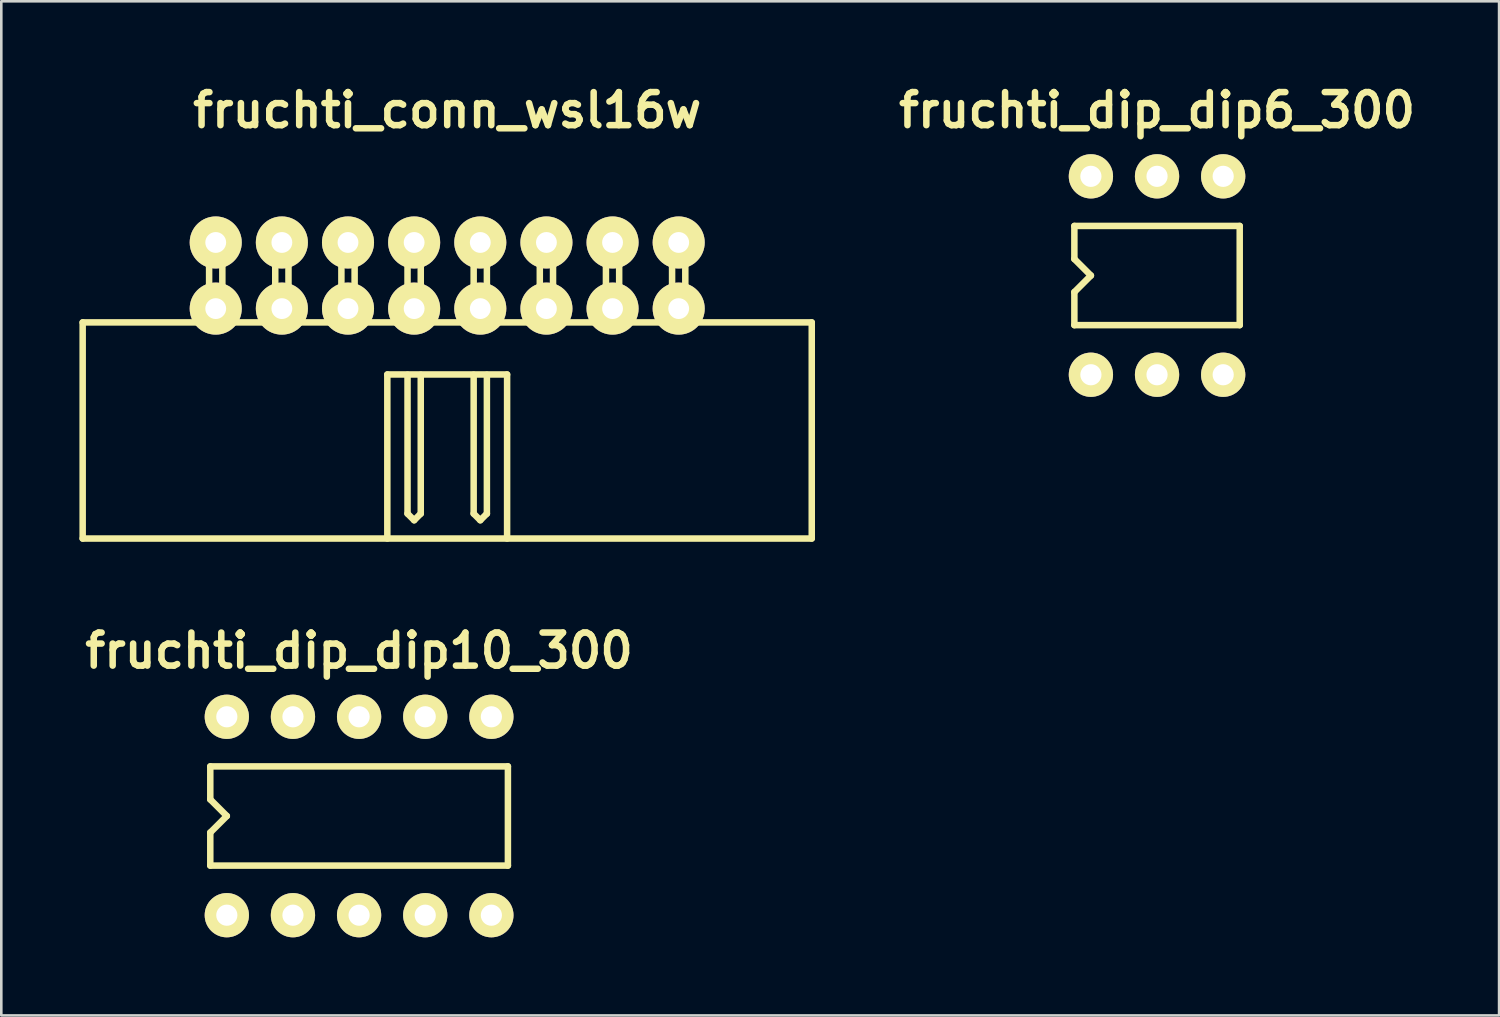
<source format=kicad_pcb>
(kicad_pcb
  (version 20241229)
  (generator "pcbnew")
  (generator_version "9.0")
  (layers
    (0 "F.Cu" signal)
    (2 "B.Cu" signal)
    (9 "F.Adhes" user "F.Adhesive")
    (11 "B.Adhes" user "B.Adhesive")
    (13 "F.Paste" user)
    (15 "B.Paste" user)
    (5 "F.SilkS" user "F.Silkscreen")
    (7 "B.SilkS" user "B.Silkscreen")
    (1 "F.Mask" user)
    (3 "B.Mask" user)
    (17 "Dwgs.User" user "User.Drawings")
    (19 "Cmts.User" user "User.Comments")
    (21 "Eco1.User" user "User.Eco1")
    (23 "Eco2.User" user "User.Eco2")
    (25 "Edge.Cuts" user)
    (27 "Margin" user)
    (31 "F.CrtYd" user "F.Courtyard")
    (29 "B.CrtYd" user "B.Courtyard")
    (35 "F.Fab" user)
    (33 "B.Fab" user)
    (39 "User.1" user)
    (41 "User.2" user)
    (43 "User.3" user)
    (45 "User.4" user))
  (footprint "fruchti_dip_dip6_300"
    (layer "F.Cu")
    (at 41.386 7.532)
    (property "Reference" "fruchti_dip_dip6_300" (at 0 -6.35 0) (layer "F.SilkS") (effects (font (size 1.27 1.27) (thickness 0.25))))
    (attr through_hole)
    (fp_line (start -3.175 -1.905) (end 3.175 -1.905) (stroke (width 0.25) (type solid)) (layer "F.SilkS"))
    (fp_line (start -3.175 -0.635) (end -3.175 -1.905) (stroke (width 0.25) (type solid)) (layer "F.SilkS"))
    (fp_line (start -3.175 -0.635) (end -2.54 0) (stroke (width 0.25) (type solid)) (layer "F.SilkS"))
    (fp_line (start -3.175 1.905) (end -3.175 0.635) (stroke (width 0.25) (type solid)) (layer "F.SilkS"))
    (fp_line (start -3.175 1.905) (end 3.175 1.905) (stroke (width 0.25) (type solid)) (layer "F.SilkS"))
    (fp_line (start -2.54 0) (end -3.175 0.635) (stroke (width 0.25) (type solid)) (layer "F.SilkS"))
    (fp_line (start 3.175 1.905) (end 3.175 -1.905) (stroke (width 0.25) (type solid)) (layer "F.SilkS"))
    (pad "1" thru_hole circle (at -2.54 3.81) (size 1.7 1.7) (drill 0.813) (layers "*.Cu" "*.Mask" "F.SilkS"))
    (pad "2" thru_hole circle (at 0 3.81) (size 1.7 1.7) (drill 0.813) (layers "*.Cu" "*.Mask" "F.SilkS"))
    (pad "3" thru_hole circle (at 2.54 3.81) (size 1.7 1.7) (drill 0.813) (layers "*.Cu" "*.Mask" "F.SilkS"))
    (pad "4" thru_hole circle (at 2.54 -3.81) (size 1.7 1.7) (drill 0.813) (layers "*.Cu" "*.Mask" "F.SilkS"))
    (pad "5" thru_hole circle (at 0 -3.81) (size 1.7 1.7) (drill 0.813) (layers "*.Cu" "*.Mask" "F.SilkS"))
    (pad "6" thru_hole circle (at -2.54 -3.81) (size 1.7 1.7) (drill 0.813) (layers "*.Cu" "*.Mask" "F.SilkS")))
  (footprint "fruchti_conn_wsl16w"
    (layer "F.Cu")
    (at 14.125 7.532)
    (property "Reference" "fruchti_conn_wsl16w" (at 0 -6.35 0) (layer "F.SilkS") (effects (font (size 1.27 1.27) (thickness 0.25))))
    (attr through_hole)
    (fp_line (start -14 1.8) (end -14 10.1) (stroke (width 0.25) (type solid)) (layer "F.SilkS"))
    (fp_line (start -14 1.8) (end 14 1.8) (stroke (width 0.25) (type solid)) (layer "F.SilkS"))
    (fp_line (start -14 10.1) (end 14 10.1) (stroke (width 0.25) (type solid)) (layer "F.SilkS"))
    (fp_line (start -9.144 -1.27) (end -9.144 1.778) (stroke (width 0.25) (type solid)) (layer "F.SilkS"))
    (fp_line (start -9.144 -1.27) (end -8.636 -1.27) (stroke (width 0.25) (type solid)) (layer "F.SilkS"))
    (fp_line (start -8.636 -1.27) (end -8.636 1.778) (stroke (width 0.25) (type solid)) (layer "F.SilkS"))
    (fp_line (start -6.604 -1.27) (end -6.604 1.778) (stroke (width 0.25) (type solid)) (layer "F.SilkS"))
    (fp_line (start -6.096 -1.27) (end -6.604 -1.27) (stroke (width 0.25) (type solid)) (layer "F.SilkS"))
    (fp_line (start -6.096 1.778) (end -6.096 -1.27) (stroke (width 0.25) (type solid)) (layer "F.SilkS"))
    (fp_line (start -4.064 -1.27) (end -4.064 1.778) (stroke (width 0.25) (type solid)) (layer "F.SilkS"))
    (fp_line (start -3.556 -1.27) (end -4.064 -1.27) (stroke (width 0.25) (type solid)) (layer "F.SilkS"))
    (fp_line (start -3.556 1.778) (end -3.556 -1.27) (stroke (width 0.25) (type solid)) (layer "F.SilkS"))
    (fp_line (start -2.3 3.8) (end 2.3 3.8) (stroke (width 0.25) (type solid)) (layer "F.SilkS"))
    (fp_line (start -2.3 10.1) (end -2.3 3.8) (stroke (width 0.25) (type solid)) (layer "F.SilkS"))
    (fp_line (start -1.524 -1.27) (end -1.524 1.778) (stroke (width 0.25) (type solid)) (layer "F.SilkS"))
    (fp_line (start -1.524 9.144) (end -1.524 3.81) (stroke (width 0.25) (type solid)) (layer "F.SilkS"))
    (fp_line (start -1.27 9.398) (end -1.524 9.144) (stroke (width 0.25) (type solid)) (layer "F.SilkS"))
    (fp_line (start -1.016 -1.27) (end -1.524 -1.27) (stroke (width 0.25) (type solid)) (layer "F.SilkS"))
    (fp_line (start -1.016 1.778) (end -1.016 -1.27) (stroke (width 0.25) (type solid)) (layer "F.SilkS"))
    (fp_line (start -1.016 3.81) (end -1.016 9.144) (stroke (width 0.25) (type solid)) (layer "F.SilkS"))
    (fp_line (start -1.016 9.144) (end -1.27 9.398) (stroke (width 0.25) (type solid)) (layer "F.SilkS"))
    (fp_line (start 1.016 -1.27) (end 1.016 1.778) (stroke (width 0.25) (type solid)) (layer "F.SilkS"))
    (fp_line (start 1.016 9.144) (end 1.016 3.81) (stroke (width 0.25) (type solid)) (layer "F.SilkS"))
    (fp_line (start 1.27 9.398) (end 1.016 9.144) (stroke (width 0.25) (type solid)) (layer "F.SilkS"))
    (fp_line (start 1.524 -1.27) (end 1.016 -1.27) (stroke (width 0.25) (type solid)) (layer "F.SilkS"))
    (fp_line (start 1.524 1.778) (end 1.524 -1.27) (stroke (width 0.25) (type solid)) (layer "F.SilkS"))
    (fp_line (start 1.524 3.81) (end 1.524 9.144) (stroke (width 0.25) (type solid)) (layer "F.SilkS"))
    (fp_line (start 1.524 9.144) (end 1.27 9.398) (stroke (width 0.25) (type solid)) (layer "F.SilkS"))
    (fp_line (start 2.3 3.8) (end 2.3 10.1) (stroke (width 0.25) (type solid)) (layer "F.SilkS"))
    (fp_line (start 3.556 -1.27) (end 3.556 1.778) (stroke (width 0.25) (type solid)) (layer "F.SilkS"))
    (fp_line (start 4.064 -1.27) (end 3.556 -1.27) (stroke (width 0.25) (type solid)) (layer "F.SilkS"))
    (fp_line (start 4.064 1.778) (end 4.064 -1.27) (stroke (width 0.25) (type solid)) (layer "F.SilkS"))
    (fp_line (start 6.096 -1.27) (end 6.096 1.778) (stroke (width 0.25) (type solid)) (layer "F.SilkS"))
    (fp_line (start 6.604 -1.27) (end 6.096 -1.27) (stroke (width 0.25) (type solid)) (layer "F.SilkS"))
    (fp_line (start 6.604 1.778) (end 6.604 -1.27) (stroke (width 0.25) (type solid)) (layer "F.SilkS"))
    (fp_line (start 8.636 -1.27) (end 8.636 1.778) (stroke (width 0.25) (type solid)) (layer "F.SilkS"))
    (fp_line (start 9.144 -1.27) (end 8.636 -1.27) (stroke (width 0.25) (type solid)) (layer "F.SilkS"))
    (fp_line (start 9.144 1.778) (end 9.144 -1.27) (stroke (width 0.25) (type solid)) (layer "F.SilkS"))
    (fp_line (start 14 10.1) (end 14 1.8) (stroke (width 0.25) (type solid)) (layer "F.SilkS"))
    (pad "1" thru_hole circle (at 8.89 -1.27 180) (size 1.999 1.999) (drill 0.8) (layers "*.Cu" "*.Mask" "F.SilkS"))
    (pad "2" thru_hole circle (at 8.89 1.27 180) (size 1.999 1.999) (drill 0.8) (layers "*.Cu" "*.Mask" "F.SilkS"))
    (pad "3" thru_hole circle (at 6.35 -1.27 180) (size 1.999 1.999) (drill 0.8) (layers "*.Cu" "*.Mask" "F.SilkS"))
    (pad "4" thru_hole circle (at 6.35 1.27 180) (size 1.999 1.999) (drill 0.8) (layers "*.Cu" "*.Mask" "F.SilkS"))
    (pad "5" thru_hole circle (at 3.81 -1.27 180) (size 1.999 1.999) (drill 0.8) (layers "*.Cu" "*.Mask" "F.SilkS"))
    (pad "6" thru_hole circle (at 3.81 1.27 180) (size 1.999 1.999) (drill 0.8) (layers "*.Cu" "*.Mask" "F.SilkS"))
    (pad "7" thru_hole circle (at 1.27 -1.27 180) (size 1.999 1.999) (drill 0.8) (layers "*.Cu" "*.Mask" "F.SilkS"))
    (pad "8" thru_hole circle (at 1.27 1.27 180) (size 1.999 1.999) (drill 0.8) (layers "*.Cu" "*.Mask" "F.SilkS"))
    (pad "9" thru_hole circle (at -1.27 -1.27 180) (size 1.999 1.999) (drill 0.8) (layers "*.Cu" "*.Mask" "F.SilkS"))
    (pad "10" thru_hole circle (at -1.27 1.27 180) (size 1.999 1.999) (drill 0.8) (layers "*.Cu" "*.Mask" "F.SilkS"))
    (pad "11" thru_hole circle (at -3.81 -1.27 180) (size 1.999 1.999) (drill 0.8) (layers "*.Cu" "*.Mask" "F.SilkS"))
    (pad "12" thru_hole circle (at -3.81 1.27 180) (size 1.999 1.999) (drill 0.8) (layers "*.Cu" "*.Mask" "F.SilkS"))
    (pad "13" thru_hole circle (at -6.35 -1.27 180) (size 1.999 1.999) (drill 0.8) (layers "*.Cu" "*.Mask" "F.SilkS"))
    (pad "14" thru_hole circle (at -6.35 1.27 180) (size 1.999 1.999) (drill 0.8) (layers "*.Cu" "*.Mask" "F.SilkS"))
    (pad "15" thru_hole circle (at -8.89 -1.27 180) (size 1.999 1.999) (drill 0.8) (layers "*.Cu" "*.Mask" "F.SilkS"))
    (pad "16" thru_hole circle (at -8.89 1.27 180) (size 1.999 1.999) (drill 0.8) (layers "*.Cu" "*.Mask" "F.SilkS")))
  (footprint "fruchti_dip_dip10_300"
    (layer "F.Cu")
    (at 10.741 28.288)
    (property "Reference" "fruchti_dip_dip10_300" (at 0 -6.35 0) (layer "F.SilkS") (effects (font (size 1.27 1.27) (thickness 0.25))))
    (attr through_hole)
    (fp_line (start -5.715 -1.905) (end 5.715 -1.905) (stroke (width 0.25) (type solid)) (layer "F.SilkS"))
    (fp_line (start -5.715 -0.635) (end -5.715 -1.905) (stroke (width 0.25) (type solid)) (layer "F.SilkS"))
    (fp_line (start -5.715 -0.635) (end -5.08 0) (stroke (width 0.25) (type solid)) (layer "F.SilkS"))
    (fp_line (start -5.715 1.905) (end -5.715 0.635) (stroke (width 0.25) (type solid)) (layer "F.SilkS"))
    (fp_line (start -5.715 1.905) (end 5.715 1.905) (stroke (width 0.25) (type solid)) (layer "F.SilkS"))
    (fp_line (start -5.08 0) (end -5.715 0.635) (stroke (width 0.25) (type solid)) (layer "F.SilkS"))
    (fp_line (start 5.715 1.905) (end 5.715 -1.905) (stroke (width 0.25) (type solid)) (layer "F.SilkS"))
    (pad "1" thru_hole circle (at -5.08 3.81) (size 1.7 1.7) (drill 0.813) (layers "*.Cu" "*.Mask" "F.SilkS"))
    (pad "2" thru_hole circle (at -2.54 3.81) (size 1.7 1.7) (drill 0.813) (layers "*.Cu" "*.Mask" "F.SilkS"))
    (pad "3" thru_hole circle (at 0 3.81) (size 1.7 1.7) (drill 0.813) (layers "*.Cu" "*.Mask" "F.SilkS"))
    (pad "4" thru_hole circle (at 2.54 3.81) (size 1.7 1.7) (drill 0.813) (layers "*.Cu" "*.Mask" "F.SilkS"))
    (pad "5" thru_hole circle (at 5.08 3.81) (size 1.7 1.7) (drill 0.813) (layers "*.Cu" "*.Mask" "F.SilkS"))
    (pad "6" thru_hole circle (at 5.08 -3.81) (size 1.7 1.7) (drill 0.813) (layers "*.Cu" "*.Mask" "F.SilkS"))
    (pad "7" thru_hole circle (at 2.54 -3.81) (size 1.7 1.7) (drill 0.813) (layers "*.Cu" "*.Mask" "F.SilkS"))
    (pad "8" thru_hole circle (at 0 -3.81) (size 1.7 1.7) (drill 0.813) (layers "*.Cu" "*.Mask" "F.SilkS"))
    (pad "9" thru_hole circle (at -2.54 -3.81) (size 1.7 1.7) (drill 0.813) (layers "*.Cu" "*.Mask" "F.SilkS"))
    (pad "10" thru_hole circle (at -5.08 -3.81) (size 1.7 1.7) (drill 0.813) (layers "*.Cu" "*.Mask" "F.SilkS")))
  (gr_rect
    (start -3 -3)
    (end 54.522 35.948)
    (stroke (width 0.1) (type default))
    (fill no)
    (layer "Edge.Cuts")))
</source>
